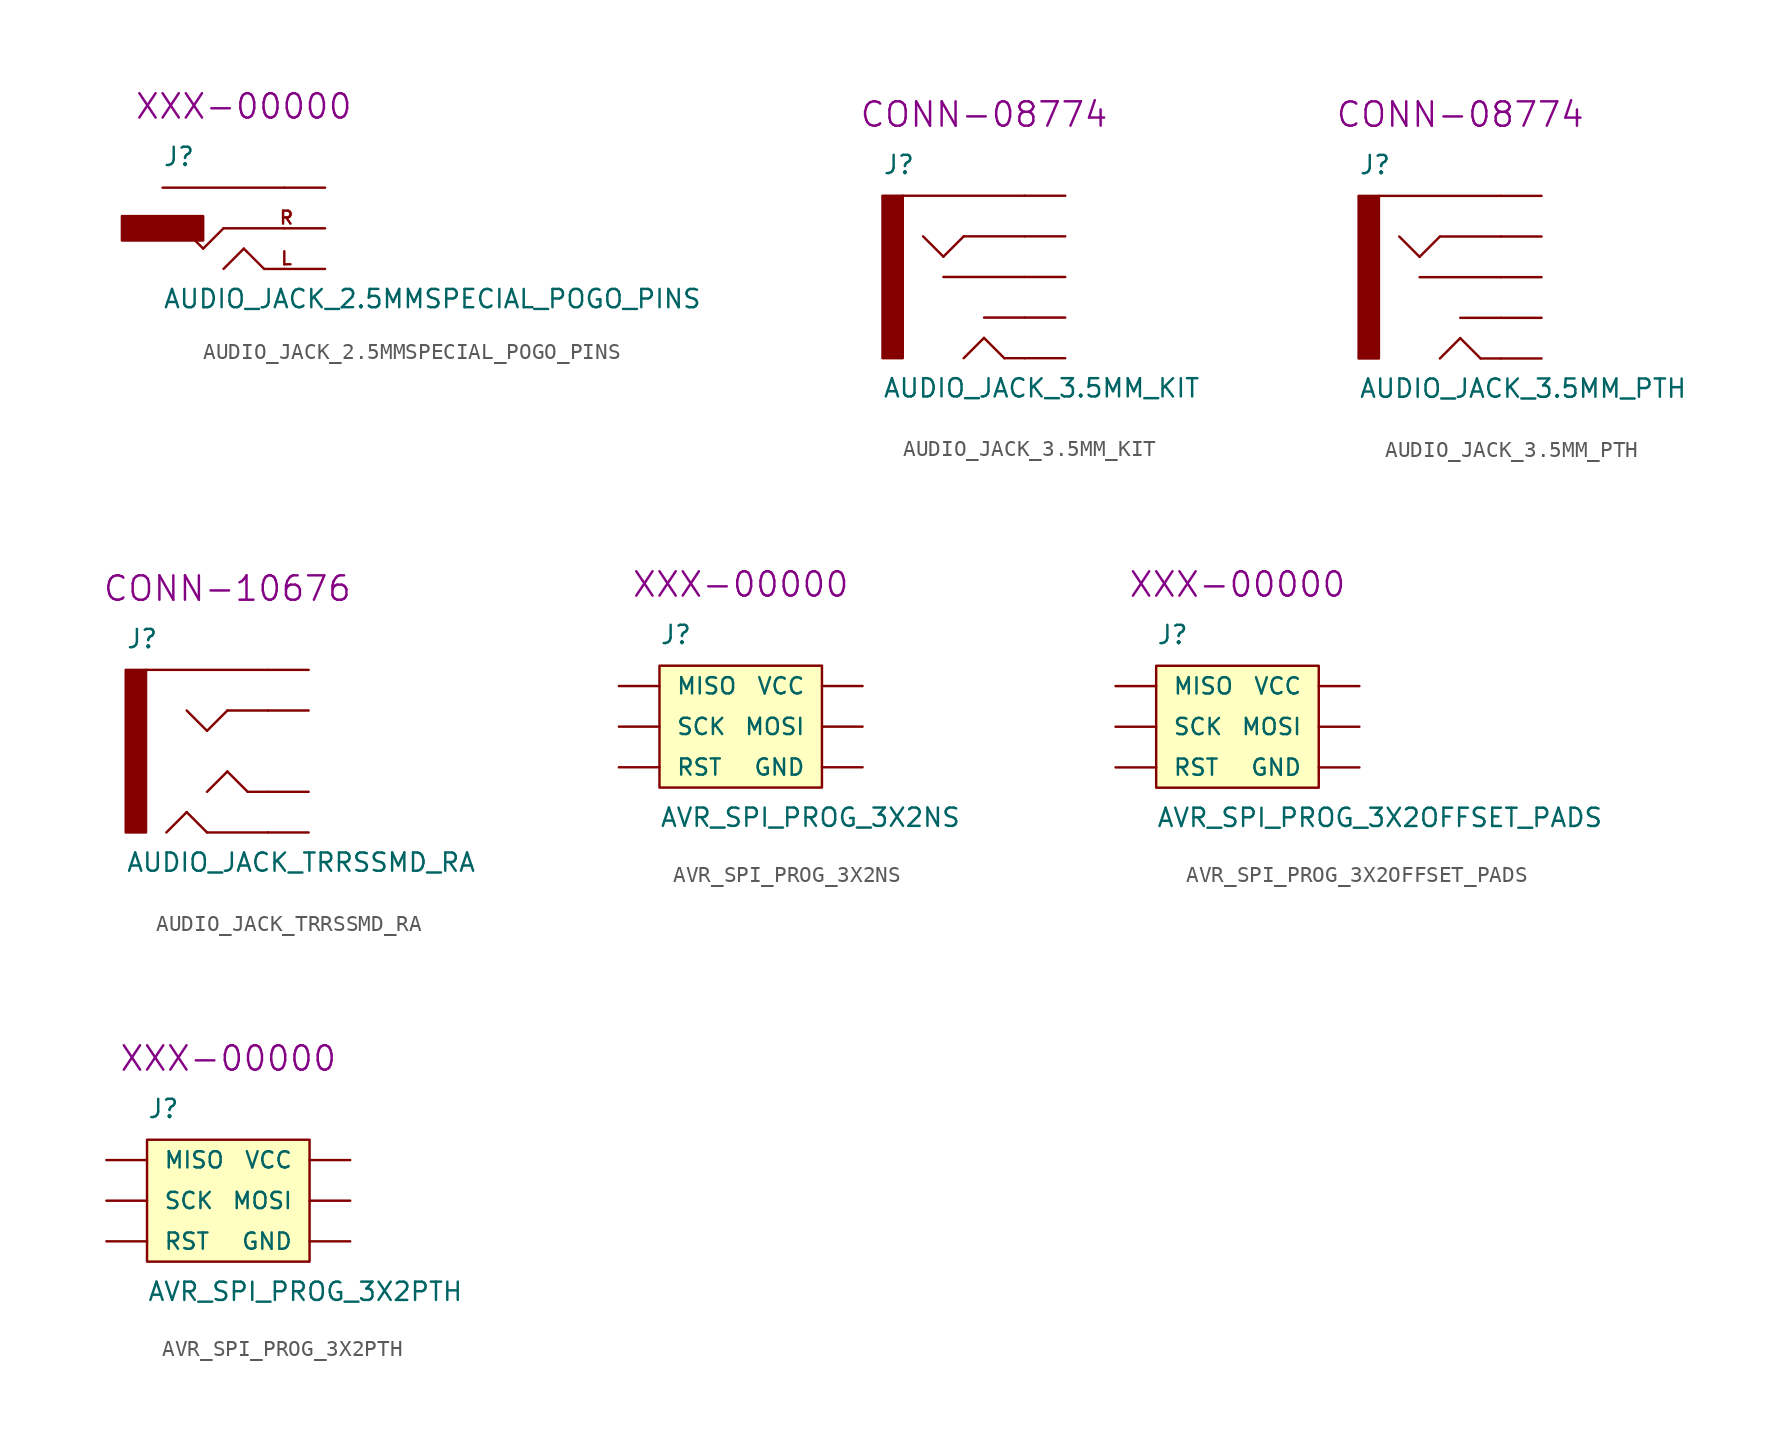
<source format=kicad_sym>
(kicad_symbol_lib
  (version 20220914)
  (generator kicad_symbol_editor)
  (symbol "AUDIO_JACK_2.5MMSPECIAL_POGO_PINS"
    (pin_numbers hide)
    (pin_names
      (offset 1.016) hide)
    (property "Reference" "J"
      (at -5.08 3.81 0)
      (effects (font (size 1.143 1.143)) (justify left bottom)))
    (property "Value" "AUDIO_JACK_2.5MMSPECIAL_POGO_PINS"
      (at -5.08 -5.08 0)
      (effects (font (size 1.143 1.143)) (justify left bottom)))
    (property "Field4" "XXX-00000"
      (at 0 7.62 0)
      (effects (font (size 1.524 1.524))))
    (property "ki_locked" ""
      (at 0 0 0)
      (effects (font (size 1.27 1.27))))
    (symbol "AUDIO_JACK_2.5MMSPECIAL_POGO_PINS_1_0"
      (polyline (pts (xy -2.54 -1.27) (xy -3.81 0)) (stroke (width 0) (type solid)) (fill (type none)))
      (polyline (pts (xy -1.27 -2.54) (xy 0 -1.27)) (stroke (width 0) (type solid)) (fill (type none)))
      (polyline (pts (xy -1.27 0) (xy -2.54 -1.27)) (stroke (width 0) (type solid)) (fill (type none)))
      (polyline (pts (xy 0 -1.27) (xy 1.27 -2.54)) (stroke (width 0) (type solid)) (fill (type none)))
      (polyline (pts (xy 1.27 -2.54) (xy 2.54 -2.54)) (stroke (width 0) (type solid)) (fill (type none)))
      (polyline (pts (xy 2.54 0) (xy -1.27 0)) (stroke (width 0) (type solid)) (fill (type none)))
      (polyline (pts (xy 2.54 2.54) (xy -5.08 2.54)) (stroke (width 0) (type solid)) (fill (type none)))
      (text "L" (at 2.667 -1.88 0) (effects (font (size 0.813 0.813))))
      (text "R" (at 2.667 0.66 0) (effects (font (size 0.813 0.813)))))
    (symbol "AUDIO_JACK_2.5MMSPECIAL_POGO_PINS_1_1"
      (rectangle (start -7.62 -0.762) (end -2.54 0.762) (stroke (width 0) (type solid)) (fill (type outline)))
      (pin bidirectional line (at 5.08 2.54 180) (length 2.54) (name "SLEEVE" (effects (font (size 1.016 1.016)))) (number "RING" (effects (font (size 1.016 1.016)))))
      (pin bidirectional line (at 5.08 -2.54 180) (length 2.54) (name "LEFT" (effects (font (size 1.016 1.016)))) (number "SHIE" (effects (font (size 1.016 1.016)))))
      (pin bidirectional line (at 5.08 0 180) (length 2.54) (name "RIGHT" (effects (font (size 1.016 1.016)))) (number "TIP" (effects (font (size 1.016 1.016)))))))
  (symbol "AUDIO_JACK_3.5MM_KIT"
    (pin_numbers hide)
    (pin_names
      (offset 1.016) hide)
    (property "Reference" "J"
      (at -6.35 6.35 0)
      (effects (font (size 1.143 1.143)) (justify left bottom)))
    (property "Value" "AUDIO_JACK_3.5MM_KIT"
      (at -6.35 -7.62 0)
      (effects (font (size 1.143 1.143)) (justify left bottom)))
    (property "Field4" "CONN-08774"
      (at 0 10.16 0)
      (effects (font (size 1.524 1.524))))
    (property "ki_locked" ""
      (at 0 0 0)
      (effects (font (size 1.27 1.27))))
    (symbol "AUDIO_JACK_3.5MM_KIT_1_0"
      (polyline (pts (xy -2.54 0) (xy 2.54 0)) (stroke (width 0) (type solid)) (fill (type none)))
      (polyline (pts (xy -2.54 1.27) (xy -3.81 2.54)) (stroke (width 0) (type solid)) (fill (type none)))
      (polyline (pts (xy -1.27 -5.08) (xy 0 -3.81)) (stroke (width 0) (type solid)) (fill (type none)))
      (polyline (pts (xy -1.27 2.54) (xy -2.54 1.27)) (stroke (width 0) (type solid)) (fill (type none)))
      (polyline (pts (xy 0 -3.81) (xy 1.27 -5.08)) (stroke (width 0) (type solid)) (fill (type none)))
      (polyline (pts (xy 0 -2.54) (xy 2.54 -2.54)) (stroke (width 0) (type solid)) (fill (type none)))
      (polyline (pts (xy 1.27 -5.08) (xy 2.54 -5.08)) (stroke (width 0) (type solid)) (fill (type none)))
      (polyline (pts (xy 2.54 2.54) (xy -1.27 2.54)) (stroke (width 0) (type solid)) (fill (type none)))
      (polyline (pts (xy 2.54 5.08) (xy -5.08 5.08)) (stroke (width 0) (type solid)) (fill (type none))))
    (symbol "AUDIO_JACK_3.5MM_KIT_1_1"
      (rectangle (start -6.35 -5.08) (end -5.08 5.08) (stroke (width 0) (type solid)) (fill (type outline)))
      (pin bidirectional line (at 5.08 2.54 180) (length 2.54) (name "RING" (effects (font (size 1.016 1.016)))) (number "RING" (effects (font (size 1.016 1.016)))))
      (pin bidirectional line (at 5.08 0 180) (length 2.54) (name "RSH" (effects (font (size 1.016 1.016)))) (number "RSH" (effects (font (size 1.016 1.016)))))
      (pin bidirectional line (at 5.08 5.08 180) (length 2.54) (name "SLEEVE" (effects (font (size 1.016 1.016)))) (number "SLEE" (effects (font (size 1.016 1.016)))))
      (pin bidirectional line (at 5.08 -5.08 180) (length 2.54) (name "TIP" (effects (font (size 1.016 1.016)))) (number "TIP" (effects (font (size 1.016 1.016)))))
      (pin bidirectional line (at 5.08 -2.54 180) (length 2.54) (name "TSH" (effects (font (size 1.016 1.016)))) (number "TSH" (effects (font (size 1.016 1.016)))))))
  (symbol "AUDIO_JACK_3.5MM_PTH"
    (pin_numbers hide)
    (pin_names
      (offset 1.016) hide)
    (property "Reference" "J"
      (at -6.35 6.35 0)
      (effects (font (size 1.143 1.143)) (justify left bottom)))
    (property "Value" "AUDIO_JACK_3.5MM_PTH"
      (at -6.35 -7.62 0)
      (effects (font (size 1.143 1.143)) (justify left bottom)))
    (property "Field4" "CONN-08774"
      (at 0 10.16 0)
      (effects (font (size 1.524 1.524))))
    (property "ki_locked" ""
      (at 0 0 0)
      (effects (font (size 1.27 1.27))))
    (symbol "AUDIO_JACK_3.5MM_PTH_1_0"
      (polyline (pts (xy -2.54 0) (xy 2.54 0)) (stroke (width 0) (type solid)) (fill (type none)))
      (polyline (pts (xy -2.54 1.27) (xy -3.81 2.54)) (stroke (width 0) (type solid)) (fill (type none)))
      (polyline (pts (xy -1.27 -5.08) (xy 0 -3.81)) (stroke (width 0) (type solid)) (fill (type none)))
      (polyline (pts (xy -1.27 2.54) (xy -2.54 1.27)) (stroke (width 0) (type solid)) (fill (type none)))
      (polyline (pts (xy 0 -3.81) (xy 1.27 -5.08)) (stroke (width 0) (type solid)) (fill (type none)))
      (polyline (pts (xy 0 -2.54) (xy 2.54 -2.54)) (stroke (width 0) (type solid)) (fill (type none)))
      (polyline (pts (xy 1.27 -5.08) (xy 2.54 -5.08)) (stroke (width 0) (type solid)) (fill (type none)))
      (polyline (pts (xy 2.54 2.54) (xy -1.27 2.54)) (stroke (width 0) (type solid)) (fill (type none)))
      (polyline (pts (xy 2.54 5.08) (xy -5.08 5.08)) (stroke (width 0) (type solid)) (fill (type none))))
    (symbol "AUDIO_JACK_3.5MM_PTH_1_1"
      (rectangle (start -6.35 -5.08) (end -5.08 5.08) (stroke (width 0) (type solid)) (fill (type outline)))
      (pin bidirectional line (at 5.08 2.54 180) (length 2.54) (name "RING" (effects (font (size 1.016 1.016)))) (number "RING" (effects (font (size 1.016 1.016)))))
      (pin bidirectional line (at 5.08 0 180) (length 2.54) (name "RSH" (effects (font (size 1.016 1.016)))) (number "RSH" (effects (font (size 1.016 1.016)))))
      (pin bidirectional line (at 5.08 5.08 180) (length 2.54) (name "SLEEVE" (effects (font (size 1.016 1.016)))) (number "SLEE" (effects (font (size 1.016 1.016)))))
      (pin bidirectional line (at 5.08 -5.08 180) (length 2.54) (name "TIP" (effects (font (size 1.016 1.016)))) (number "TIP" (effects (font (size 1.016 1.016)))))
      (pin bidirectional line (at 5.08 -2.54 180) (length 2.54) (name "TSH" (effects (font (size 1.016 1.016)))) (number "TSH" (effects (font (size 1.016 1.016)))))))
  (symbol "AUDIO_JACK_TRRSSMD_RA"
    (pin_numbers hide)
    (pin_names
      (offset 1.016) hide)
    (property "Reference" "J"
      (at -6.35 6.35 0)
      (effects (font (size 1.143 1.143)) (justify left bottom)))
    (property "Value" "AUDIO_JACK_TRRSSMD_RA"
      (at -6.35 -7.62 0)
      (effects (font (size 1.143 1.143)) (justify left bottom)))
    (property "Field4" "CONN-10676"
      (at 0 10.16 0)
      (effects (font (size 1.524 1.524))))
    (property "ki_locked" ""
      (at 0 0 0)
      (effects (font (size 1.27 1.27))))
    (symbol "AUDIO_JACK_TRRSSMD_RA_1_0"
      (polyline (pts (xy -3.81 -5.08) (xy -2.54 -3.81)) (stroke (width 0) (type solid)) (fill (type none)))
      (polyline (pts (xy -2.54 -3.81) (xy -1.27 -5.08)) (stroke (width 0) (type solid)) (fill (type none)))
      (polyline (pts (xy -1.27 -5.08) (xy 2.54 -5.08)) (stroke (width 0) (type solid)) (fill (type none)))
      (polyline (pts (xy -1.27 -2.54) (xy 0 -1.27)) (stroke (width 0) (type solid)) (fill (type none)))
      (polyline (pts (xy -1.27 1.27) (xy -2.54 2.54)) (stroke (width 0) (type solid)) (fill (type none)))
      (polyline (pts (xy 0 -1.27) (xy 1.27 -2.54)) (stroke (width 0) (type solid)) (fill (type none)))
      (polyline (pts (xy 0 2.54) (xy -1.27 1.27)) (stroke (width 0) (type solid)) (fill (type none)))
      (polyline (pts (xy 1.27 -2.54) (xy 2.54 -2.54)) (stroke (width 0) (type solid)) (fill (type none)))
      (polyline (pts (xy 2.54 2.54) (xy 0 2.54)) (stroke (width 0) (type solid)) (fill (type none)))
      (polyline (pts (xy 2.54 5.08) (xy -5.08 5.08)) (stroke (width 0) (type solid)) (fill (type none))))
    (symbol "AUDIO_JACK_TRRSSMD_RA_1_1"
      (rectangle (start -6.35 -5.08) (end -5.08 5.08) (stroke (width 0) (type solid)) (fill (type outline)))
      (pin bidirectional line (at 5.08 5.08 180) (length 2.54) (name "EARTH" (effects (font (size 1.016 1.016)))) (number "EART" (effects (font (size 1.016 1.016)))))
      (pin bidirectional line (at 5.08 2.54 180) (length 2.54) (name "RING1" (effects (font (size 1.016 1.016)))) (number "RING" (effects (font (size 1.016 1.016)))))
      (pin bidirectional line (at 5.08 -5.08 180) (length 2.54) (name "RING2" (effects (font (size 1.016 1.016)))) (number "RING" (effects (font (size 1.016 1.016)))))
      (pin bidirectional line (at 5.08 -2.54 180) (length 2.54) (name "TIP" (effects (font (size 1.016 1.016)))) (number "TIP" (effects (font (size 1.016 1.016)))))))
  (symbol "AVR_SPI_PROG_3X2NS"
    (pin_numbers hide)
    (pin_names
      (offset 1.016))
    (property "Reference" "J"
      (at -5.08 5.08 0)
      (effects (font (size 1.143 1.143)) (justify left bottom)))
    (property "Value" "AVR_SPI_PROG_3X2NS"
      (at -5.08 -6.35 0)
      (effects (font (size 1.143 1.143)) (justify left bottom)))
    (property "Field4" "XXX-00000"
      (at 0 8.89 0)
      (effects (font (size 1.524 1.524))))
    (property "ki_locked" ""
      (at 0 0 0)
      (effects (font (size 1.27 1.27))))
    (symbol "AVR_SPI_PROG_3X2NS_1_1"
      (polyline (pts (xy -5.08 -3.81) (xy 5.08 -3.81) (xy 5.08 3.81) (xy -5.08 3.81) (xy -5.08 -3.81)) (stroke (width 0) (type solid)) (fill (type background)))
      (pin passive line (at -7.62 2.54 0) (length 2.54) (name "MISO" (effects (font (size 1.016 1.016)))) (number "1" (effects (font (size 1.016 1.016)))))
      (pin passive line (at 7.62 2.54 180) (length 2.54) (name "VCC" (effects (font (size 1.016 1.016)))) (number "2" (effects (font (size 1.016 1.016)))))
      (pin passive line (at -7.62 0 0) (length 2.54) (name "SCK" (effects (font (size 1.016 1.016)))) (number "3" (effects (font (size 1.016 1.016)))))
      (pin passive line (at 7.62 0 180) (length 2.54) (name "MOSI" (effects (font (size 1.016 1.016)))) (number "4" (effects (font (size 1.016 1.016)))))
      (pin passive line (at -7.62 -2.54 0) (length 2.54) (name "RST" (effects (font (size 1.016 1.016)))) (number "5" (effects (font (size 1.016 1.016)))))
      (pin passive line (at 7.62 -2.54 180) (length 2.54) (name "GND" (effects (font (size 1.016 1.016)))) (number "6" (effects (font (size 1.016 1.016)))))))
  (symbol "AVR_SPI_PROG_3X2OFFSET_PADS"
    (pin_numbers hide)
    (pin_names
      (offset 1.016))
    (property "Reference" "J"
      (at -5.08 5.08 0)
      (effects (font (size 1.143 1.143)) (justify left bottom)))
    (property "Value" "AVR_SPI_PROG_3X2OFFSET_PADS"
      (at -5.08 -6.35 0)
      (effects (font (size 1.143 1.143)) (justify left bottom)))
    (property "Field4" "XXX-00000"
      (at 0 8.89 0)
      (effects (font (size 1.524 1.524))))
    (property "ki_locked" ""
      (at 0 0 0)
      (effects (font (size 1.27 1.27))))
    (symbol "AVR_SPI_PROG_3X2OFFSET_PADS_1_1"
      (polyline (pts (xy -5.08 -3.81) (xy 5.08 -3.81) (xy 5.08 3.81) (xy -5.08 3.81) (xy -5.08 -3.81)) (stroke (width 0) (type solid)) (fill (type background)))
      (pin passive line (at -7.62 2.54 0) (length 2.54) (name "MISO" (effects (font (size 1.016 1.016)))) (number "1" (effects (font (size 1.016 1.016)))))
      (pin passive line (at 7.62 2.54 180) (length 2.54) (name "VCC" (effects (font (size 1.016 1.016)))) (number "2" (effects (font (size 1.016 1.016)))))
      (pin passive line (at -7.62 0 0) (length 2.54) (name "SCK" (effects (font (size 1.016 1.016)))) (number "3" (effects (font (size 1.016 1.016)))))
      (pin passive line (at 7.62 0 180) (length 2.54) (name "MOSI" (effects (font (size 1.016 1.016)))) (number "4" (effects (font (size 1.016 1.016)))))
      (pin passive line (at -7.62 -2.54 0) (length 2.54) (name "RST" (effects (font (size 1.016 1.016)))) (number "5" (effects (font (size 1.016 1.016)))))
      (pin passive line (at 7.62 -2.54 180) (length 2.54) (name "GND" (effects (font (size 1.016 1.016)))) (number "6" (effects (font (size 1.016 1.016)))))))
  (symbol "AVR_SPI_PROG_3X2PTH"
    (pin_numbers hide)
    (pin_names
      (offset 1.016))
    (property "Reference" "J"
      (at -5.08 5.08 0)
      (effects (font (size 1.143 1.143)) (justify left bottom)))
    (property "Value" "AVR_SPI_PROG_3X2PTH"
      (at -5.08 -6.35 0)
      (effects (font (size 1.143 1.143)) (justify left bottom)))
    (property "Field4" "XXX-00000"
      (at 0 8.89 0)
      (effects (font (size 1.524 1.524))))
    (property "ki_locked" ""
      (at 0 0 0)
      (effects (font (size 1.27 1.27))))
    (symbol "AVR_SPI_PROG_3X2PTH_1_1"
      (polyline (pts (xy -5.08 -3.81) (xy 5.08 -3.81) (xy 5.08 3.81) (xy -5.08 3.81) (xy -5.08 -3.81)) (stroke (width 0) (type solid)) (fill (type background)))
      (pin passive line (at -7.62 2.54 0) (length 2.54) (name "MISO" (effects (font (size 1.016 1.016)))) (number "1" (effects (font (size 1.016 1.016)))))
      (pin passive line (at 7.62 2.54 180) (length 2.54) (name "VCC" (effects (font (size 1.016 1.016)))) (number "2" (effects (font (size 1.016 1.016)))))
      (pin passive line (at -7.62 0 0) (length 2.54) (name "SCK" (effects (font (size 1.016 1.016)))) (number "3" (effects (font (size 1.016 1.016)))))
      (pin passive line (at 7.62 0 180) (length 2.54) (name "MOSI" (effects (font (size 1.016 1.016)))) (number "4" (effects (font (size 1.016 1.016)))))
      (pin passive line (at -7.62 -2.54 0) (length 2.54) (name "RST" (effects (font (size 1.016 1.016)))) (number "5" (effects (font (size 1.016 1.016)))))
      (pin passive line (at 7.62 -2.54 180) (length 2.54) (name "GND" (effects (font (size 1.016 1.016)))) (number "6" (effects (font (size 1.016 1.016))))))))
</source>
